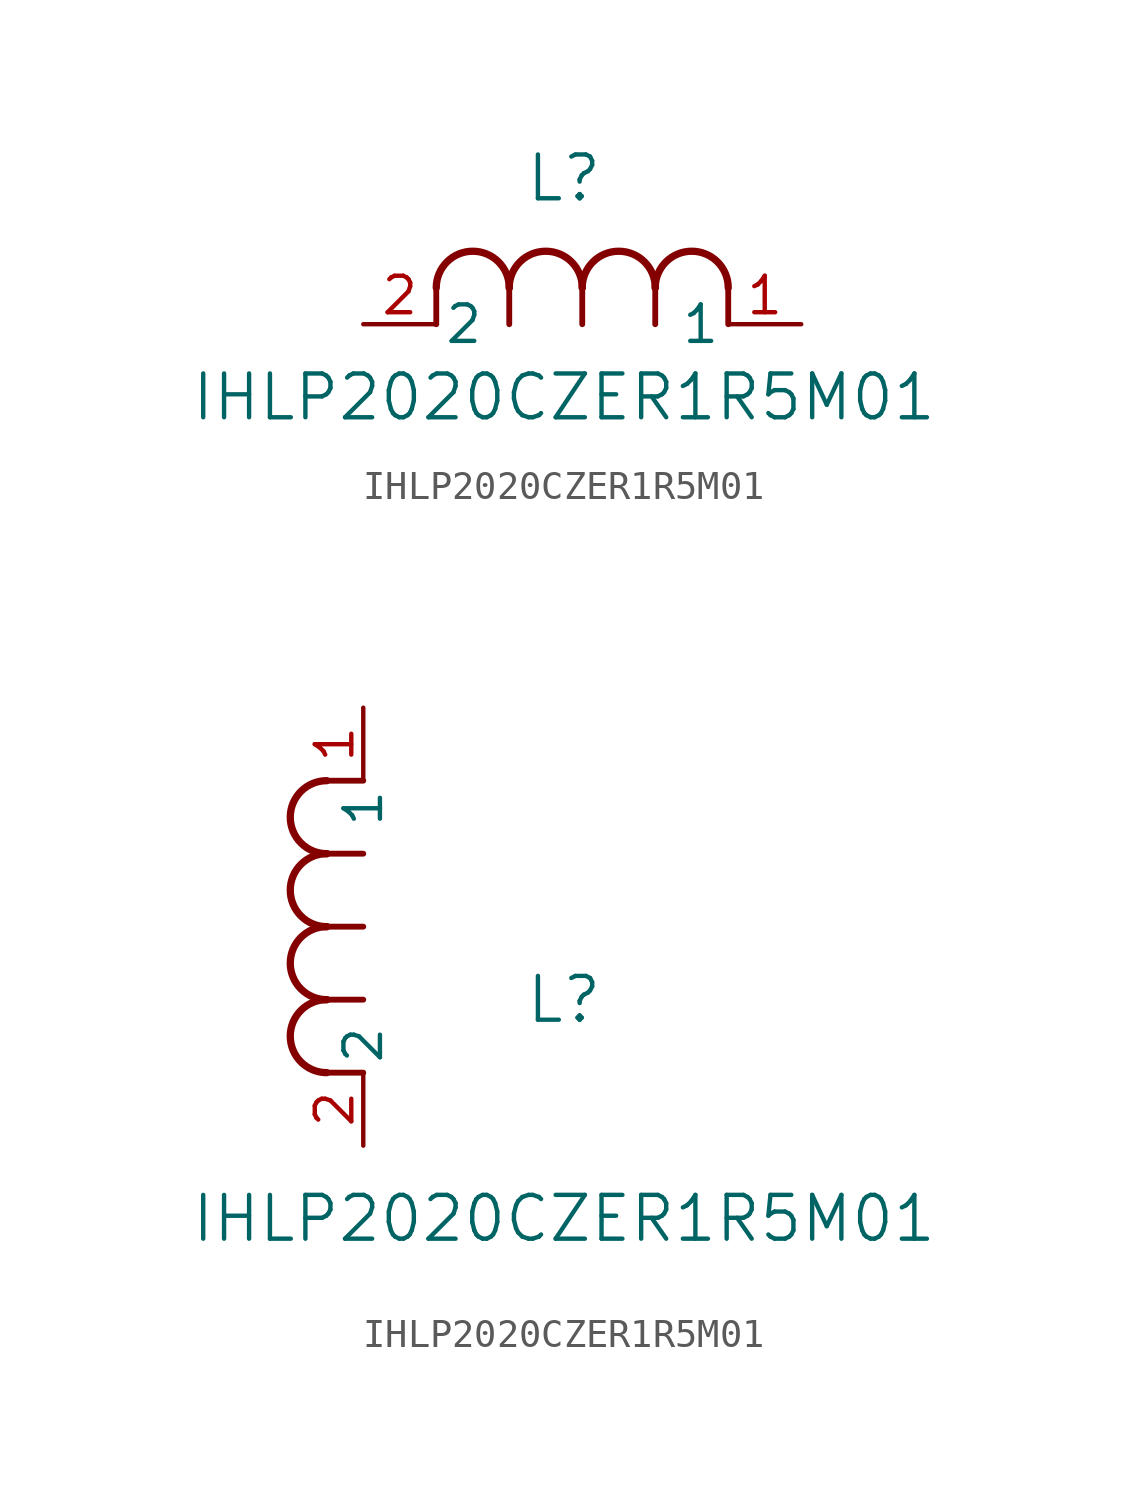
<source format=kicad_sym>
(kicad_symbol_lib
  (version 20211014)
  (generator kicad_symbol_editor)
  (symbol "IHLP2020CZER1R5M01"
    (pin_names
      (offset 0.254))
    (property "Reference" "L"
      (at 6.985 5.08 0)
      (effects (font (size 1.524 1.524))))
    (property "Value" "IHLP2020CZER1R5M01"
      (at 6.985 -2.54 0)
      (effects (font (size 1.524 1.524))))
    (symbol "IHLP2020CZER1R5M01_1_1"
      (arc (start 7.62 1.27) (mid 6.35 2.54) (end 5.08 1.27) (stroke (width 0.254) (type default) (color 0 0 0 0)) (fill (type none)))
      (polyline (pts (xy 5.08 0) (xy 5.08 1.27)) (stroke (width 0.203) (type default) (color 0 0 0 0)) (fill (type none)))
      (polyline (pts (xy 7.62 0) (xy 7.62 1.27)) (stroke (width 0.203) (type default) (color 0 0 0 0)) (fill (type none)))
      (polyline (pts (xy 12.7 0) (xy 12.7 1.27)) (stroke (width 0.203) (type default) (color 0 0 0 0)) (fill (type none)))
      (arc (start 5.08 1.27) (mid 3.81 2.54) (end 2.54 1.27) (stroke (width 0.254) (type default) (color 0 0 0 0)) (fill (type none)))
      (arc (start 10.16 1.27) (mid 8.89 2.54) (end 7.62 1.27) (stroke (width 0.254) (type default) (color 0 0 0 0)) (fill (type none)))
      (arc (start 12.7 1.27) (mid 11.43 2.54) (end 10.16 1.27) (stroke (width 0.254) (type default) (color 0 0 0 0)) (fill (type none)))
      (polyline (pts (xy 2.54 0) (xy 2.54 1.27)) (stroke (width 0.203) (type default) (color 0 0 0 0)) (fill (type none)))
      (polyline (pts (xy 10.16 0) (xy 10.16 1.27)) (stroke (width 0.203) (type default) (color 0 0 0 0)) (fill (type none)))
      (pin unspecified line (at 0 0 0) (length 2.54) (name "2" (effects (font (size 1.27 1.27)))) (number "2" (effects (font (size 1.27 1.27)))))
      (pin unspecified line (at 15.24 0 180) (length 2.54) (name "1" (effects (font (size 1.27 1.27)))) (number "1" (effects (font (size 1.27 1.27))))))
    (symbol "IHLP2020CZER1R5M01_1_2"
      (arc (start -1.27 7.62) (mid -2.54 6.35) (end -1.27 5.08) (stroke (width 0.254) (type default) (color 0 0 0 0)) (fill (type none)))
      (arc (start -1.27 5.08) (mid -2.54 3.81) (end -1.27 2.54) (stroke (width 0.254) (type default) (color 0 0 0 0)) (fill (type none)))
      (arc (start -1.27 12.7) (mid -2.54 11.43) (end -1.27 10.16) (stroke (width 0.254) (type default) (color 0 0 0 0)) (fill (type none)))
      (arc (start -1.27 10.16) (mid -2.54 8.89) (end -1.27 7.62) (stroke (width 0.254) (type default) (color 0 0 0 0)) (fill (type none)))
      (polyline (pts (xy 0 7.62) (xy -1.27 7.62)) (stroke (width 0.203) (type default) (color 0 0 0 0)) (fill (type none)))
      (polyline (pts (xy 0 5.08) (xy -1.27 5.08)) (stroke (width 0.203) (type default) (color 0 0 0 0)) (fill (type none)))
      (polyline (pts (xy 0 12.7) (xy -1.27 12.7)) (stroke (width 0.203) (type default) (color 0 0 0 0)) (fill (type none)))
      (polyline (pts (xy 0 2.54) (xy -1.27 2.54)) (stroke (width 0.203) (type default) (color 0 0 0 0)) (fill (type none)))
      (polyline (pts (xy 0 10.16) (xy -1.27 10.16)) (stroke (width 0.203) (type default) (color 0 0 0 0)) (fill (type none)))
      (pin unspecified line (at 0 0 90) (length 2.54) (name "2" (effects (font (size 1.27 1.27)))) (number "2" (effects (font (size 1.27 1.27)))))
      (pin unspecified line (at 0 15.24 270) (length 2.54) (name "1" (effects (font (size 1.27 1.27)))) (number "1" (effects (font (size 1.27 1.27))))))))
</source>
